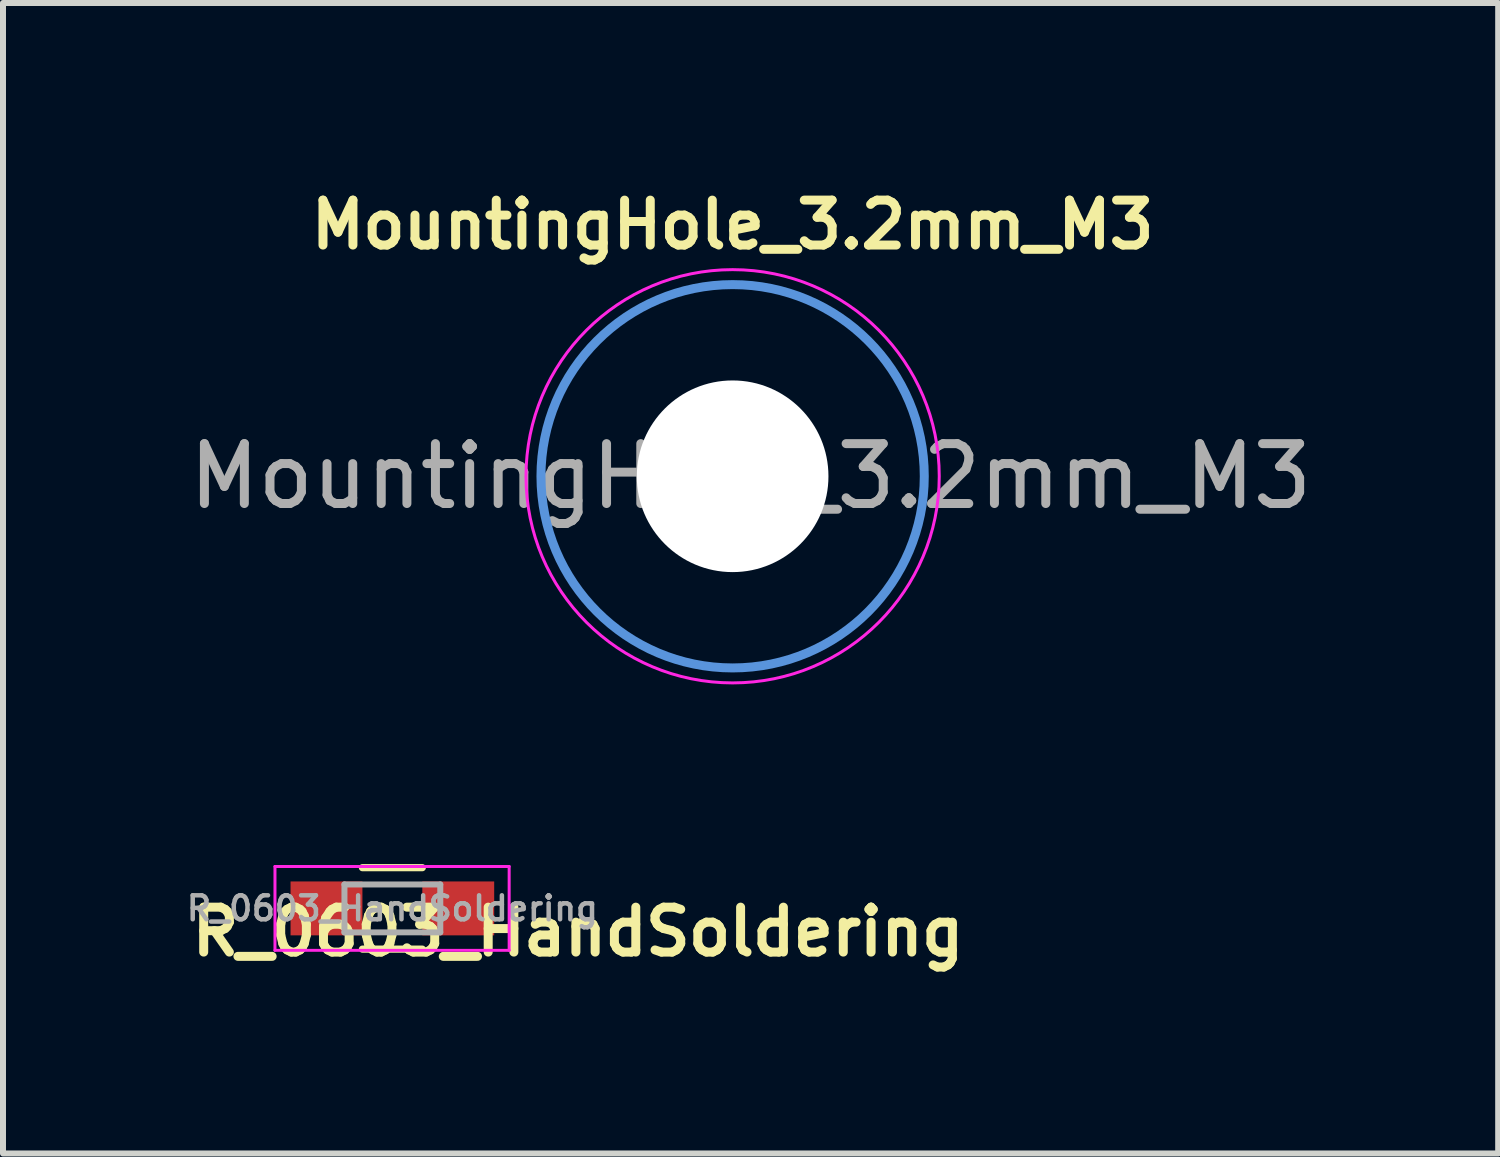
<source format=kicad_pcb>
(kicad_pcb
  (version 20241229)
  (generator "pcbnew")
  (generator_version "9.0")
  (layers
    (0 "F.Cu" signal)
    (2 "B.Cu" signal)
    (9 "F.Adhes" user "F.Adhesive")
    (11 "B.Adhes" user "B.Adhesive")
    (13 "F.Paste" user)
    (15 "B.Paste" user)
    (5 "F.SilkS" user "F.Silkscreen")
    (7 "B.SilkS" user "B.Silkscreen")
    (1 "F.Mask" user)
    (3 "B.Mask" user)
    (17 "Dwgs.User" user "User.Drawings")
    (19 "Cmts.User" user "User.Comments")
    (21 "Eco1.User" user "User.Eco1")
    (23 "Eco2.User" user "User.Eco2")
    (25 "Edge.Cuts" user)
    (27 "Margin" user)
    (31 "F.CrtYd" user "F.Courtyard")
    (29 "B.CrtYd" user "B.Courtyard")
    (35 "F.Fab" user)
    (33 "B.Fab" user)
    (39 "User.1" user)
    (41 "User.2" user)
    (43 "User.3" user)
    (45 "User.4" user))
  (footprint "MountingHole_3.2mm_M3"
    (layer "F.Cu")
    (at 9.182 4.902)
    (property "Reference" "MountingHole_3.2mm_M3" (at 0 -4.2 0) (layer "F.SilkS") (effects (font (size 0.75 0.75) (thickness 0.15))))
    (attr exclude_from_pos_files exclude_from_bom)
    (fp_circle (center 0 0) (end 3.2 0) (stroke (width 0.15) (type solid)) (fill no) (layer "Cmts.User"))
    (fp_circle (center 0 0) (end 3.45 0) (stroke (width 0.05) (type solid)) (fill no) (layer "F.CrtYd"))
    (fp_text user "${REFERENCE}" (at 0.3 0 0) (layer "F.Fab") (effects (font (size 1 1) (thickness 0.15))))
    (pad "" np_thru_hole circle (at 0 0) (size 3.2 3.2) (drill 3.2) (layers "*.Cu" "*.Mask")))
  (footprint "R_0603_HandSoldering"
    (layer "F.Cu")
    (at 3.501 12.117)
    (property "Reference" "R_0603_HandSoldering" (at 3.1 0.39 0) (layer "F.SilkS") (effects (font (size 0.75 0.75) (thickness 0.15))))
    (attr smd)
    (fp_line (start -0.5 -0.68) (end 0.5 -0.68) (stroke (width 0.12) (type solid)) (layer "F.SilkS"))
    (fp_line (start 0.5 0.68) (end -0.5 0.68) (stroke (width 0.12) (type solid)) (layer "F.SilkS"))
    (fp_line (start -1.96 -0.7) (end -1.96 0.7) (stroke (width 0.05) (type solid)) (layer "F.CrtYd"))
    (fp_line (start -1.96 -0.7) (end 1.95 -0.7) (stroke (width 0.05) (type solid)) (layer "F.CrtYd"))
    (fp_line (start 1.95 0.7) (end -1.96 0.7) (stroke (width 0.05) (type solid)) (layer "F.CrtYd"))
    (fp_line (start 1.95 0.7) (end 1.95 -0.7) (stroke (width 0.05) (type solid)) (layer "F.CrtYd"))
    (fp_line (start -0.8 -0.4) (end 0.8 -0.4) (stroke (width 0.1) (type solid)) (layer "F.Fab"))
    (fp_line (start -0.8 0.4) (end -0.8 -0.4) (stroke (width 0.1) (type solid)) (layer "F.Fab"))
    (fp_line (start 0.8 -0.4) (end 0.8 0.4) (stroke (width 0.1) (type solid)) (layer "F.Fab"))
    (fp_line (start 0.8 0.4) (end -0.8 0.4) (stroke (width 0.1) (type solid)) (layer "F.Fab"))
    (fp_text user "${REFERENCE}" (at 0 0 0) (layer "F.Fab") (effects (font (size 0.4 0.4) (thickness 0.075))))
    (pad "1" smd rect (at -1.1 0) (size 1.2 0.9) (layers "F.Cu" "F.Mask" "F.Paste"))
    (pad "2" smd rect (at 1.1 0) (size 1.2 0.9) (layers "F.Cu" "F.Mask" "F.Paste")))
  (gr_rect
    (start -3 -3)
    (end 21.964 16.209)
    (stroke (width 0.1) (type default))
    (fill no)
    (layer "Edge.Cuts")))
</source>
